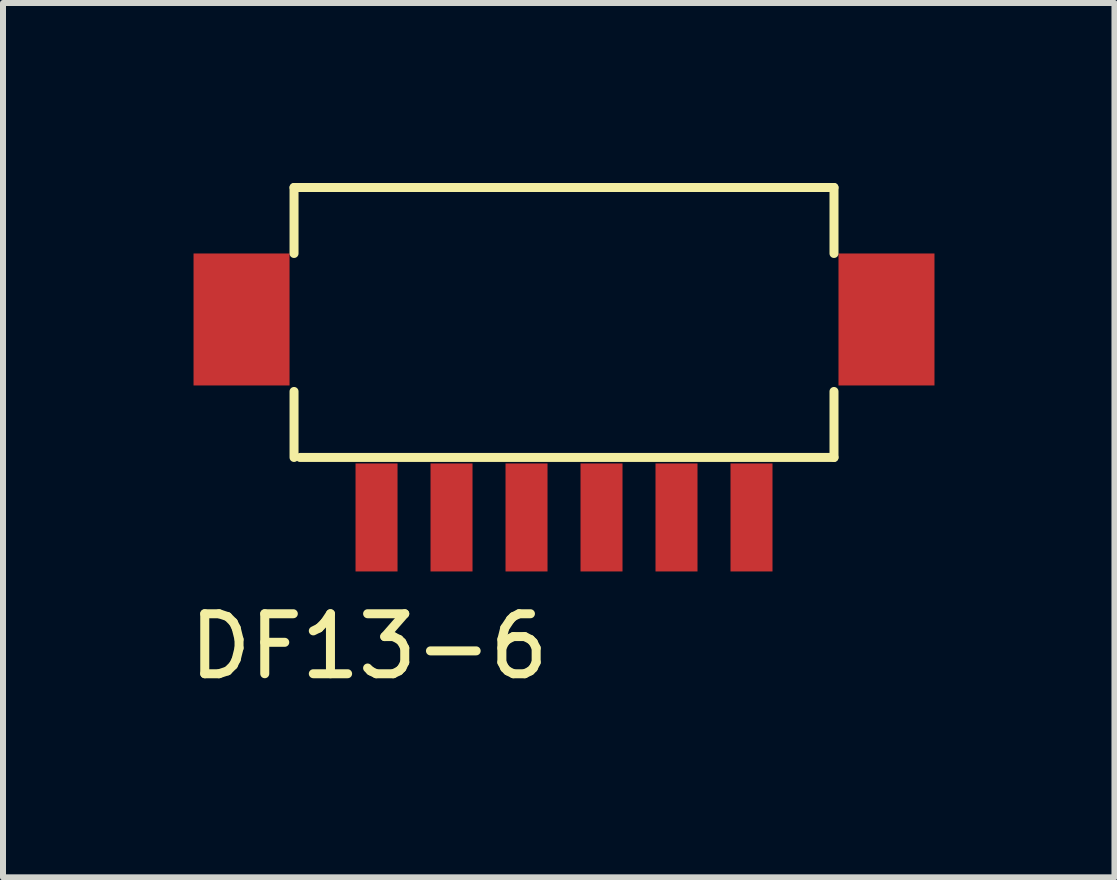
<source format=kicad_pcb>
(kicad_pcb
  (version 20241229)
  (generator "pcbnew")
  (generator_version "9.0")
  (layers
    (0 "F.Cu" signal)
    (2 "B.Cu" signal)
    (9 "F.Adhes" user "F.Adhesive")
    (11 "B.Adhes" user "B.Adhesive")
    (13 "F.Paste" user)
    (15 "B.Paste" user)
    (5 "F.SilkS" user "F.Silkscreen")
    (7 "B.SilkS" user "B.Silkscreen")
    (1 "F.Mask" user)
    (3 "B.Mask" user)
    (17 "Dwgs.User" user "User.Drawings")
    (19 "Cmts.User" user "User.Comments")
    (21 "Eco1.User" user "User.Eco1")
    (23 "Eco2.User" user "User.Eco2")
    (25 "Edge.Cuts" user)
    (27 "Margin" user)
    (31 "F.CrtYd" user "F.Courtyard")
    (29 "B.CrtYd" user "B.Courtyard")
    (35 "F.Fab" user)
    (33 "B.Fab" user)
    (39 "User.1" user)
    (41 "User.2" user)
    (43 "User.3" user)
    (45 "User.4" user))
  (footprint "DF13-6"
    (layer "F.Cu")
    (at 6.351 4.675)
    (property "Reference" "DF13-6" (at -3.25 3.05 0) (layer "F.SilkS") (effects (font (size 1 1) (thickness 0.15))))
    (attr through_hole)
    (fp_line (start -4.5 -4.6) (end -4.5 -3.5) (stroke (width 0.15) (type solid)) (layer "F.SilkS"))
    (fp_line (start -4.5 -1.2) (end -4.5 -0.1) (stroke (width 0.15) (type solid)) (layer "F.SilkS"))
    (fp_line (start -4.4 -0.1) (end 4.5 -0.1) (stroke (width 0.15) (type solid)) (layer "F.SilkS"))
    (fp_line (start 4.5 -4.6) (end -4.5 -4.6) (stroke (width 0.15) (type solid)) (layer "F.SilkS"))
    (fp_line (start 4.5 -3.5) (end 4.5 -4.6) (stroke (width 0.15) (type solid)) (layer "F.SilkS"))
    (fp_line (start 4.5 -0.1) (end 4.5 -1.2) (stroke (width 0.15) (type solid)) (layer "F.SilkS"))
    (pad "" smd rect (at -5.375 -2.4) (size 1.6 2.2) (layers "F.Cu" "F.Mask" "F.Paste"))
    (pad "" smd rect (at 5.375 -2.4) (size 1.6 2.2) (layers "F.Cu" "F.Mask" "F.Paste"))
    (pad "1" smd rect (at -3.125 0.9) (size 0.7 1.8) (layers "F.Cu" "F.Mask" "F.Paste"))
    (pad "2" smd rect (at -1.875 0.9) (size 0.7 1.8) (layers "F.Cu" "F.Mask" "F.Paste"))
    (pad "3" smd rect (at -0.625 0.9) (size 0.7 1.8) (layers "F.Cu" "F.Mask" "F.Paste"))
    (pad "4" smd rect (at 0.625 0.9) (size 0.7 1.8) (layers "F.Cu" "F.Mask" "F.Paste"))
    (pad "5" smd rect (at 1.875 0.9) (size 0.7 1.8) (layers "F.Cu" "F.Mask" "F.Paste"))
    (pad "6" smd rect (at 3.125 0.9) (size 0.7 1.8) (layers "F.Cu" "F.Mask" "F.Paste")))
  (gr_rect
    (start -3 -3)
    (end 15.526 11.573)
    (stroke (width 0.1) (type default))
    (fill no)
    (layer "Edge.Cuts")))
</source>
